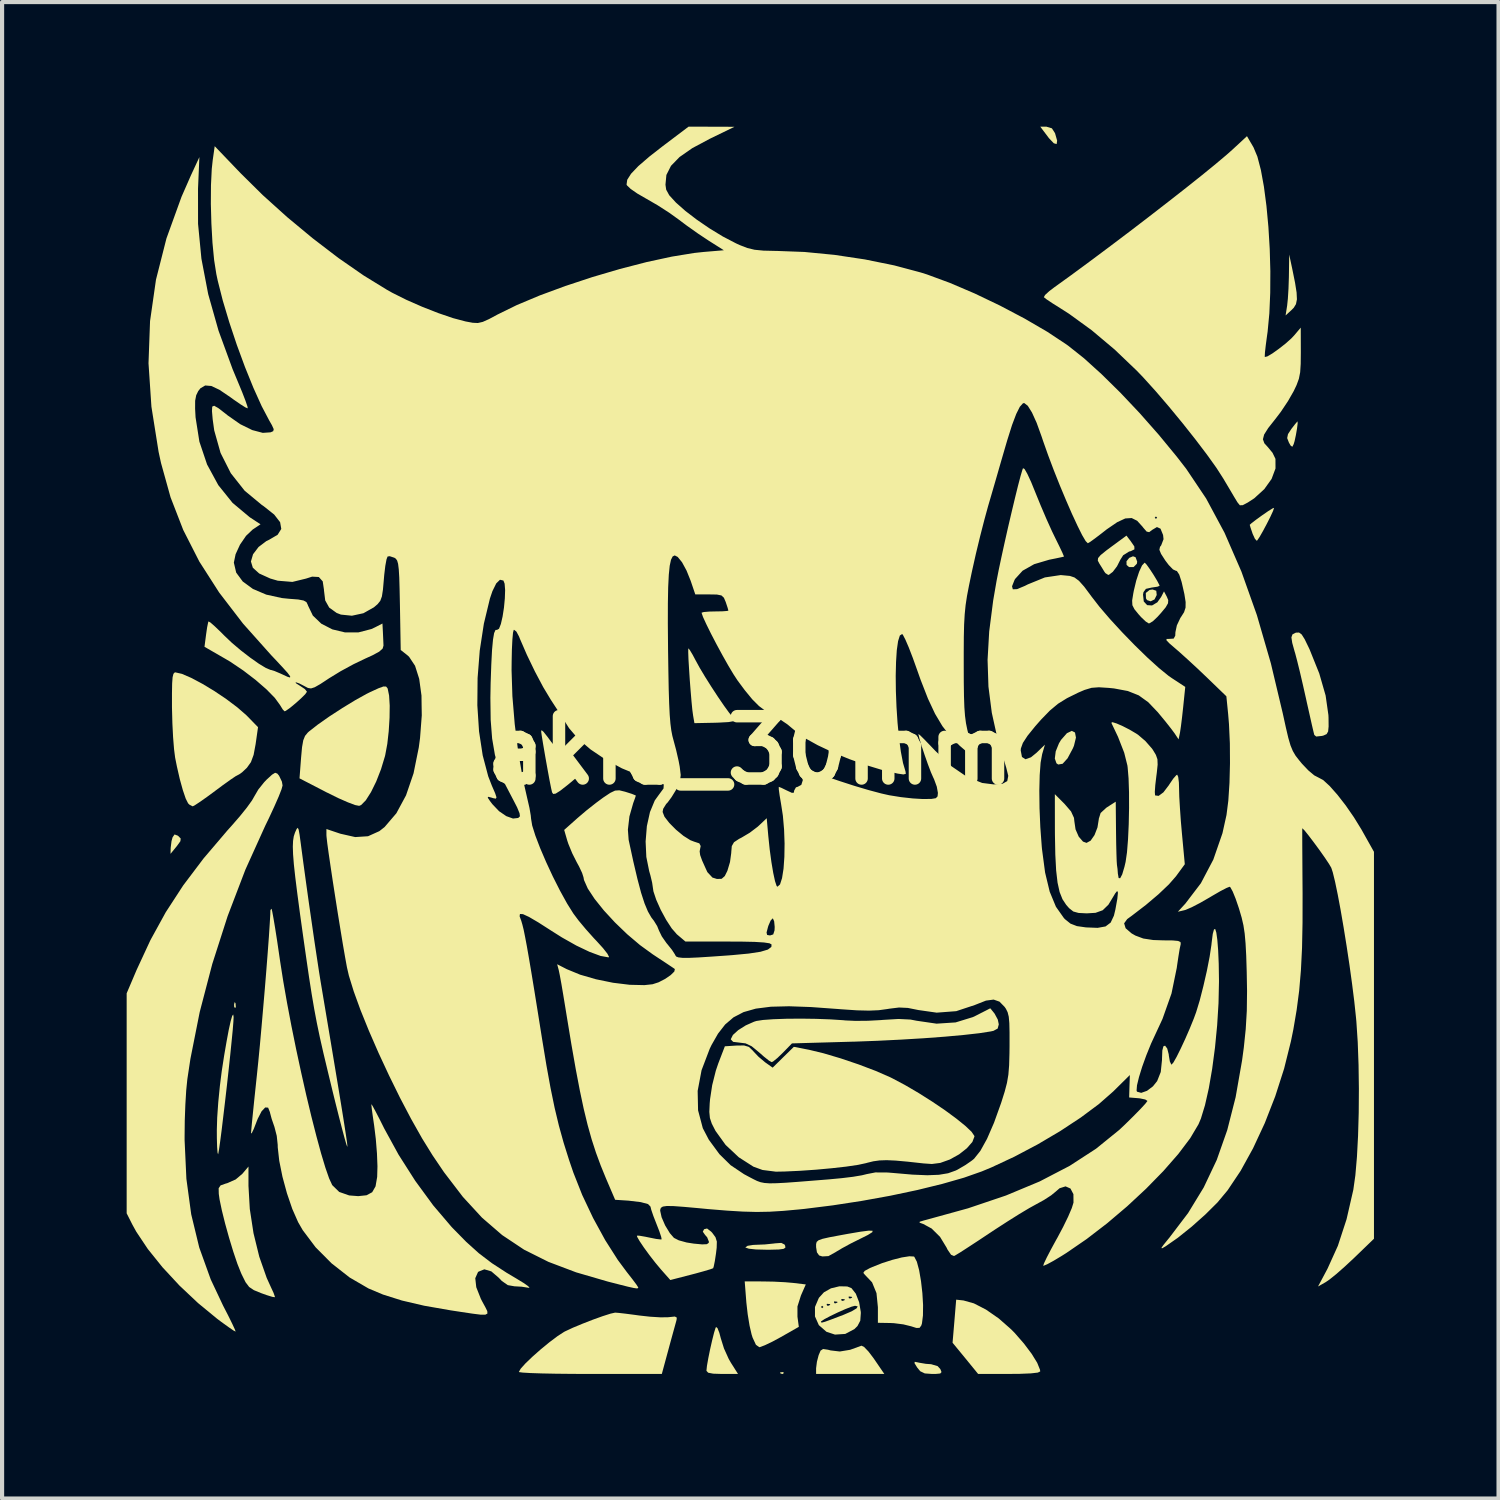
<source format=kicad_pcb>
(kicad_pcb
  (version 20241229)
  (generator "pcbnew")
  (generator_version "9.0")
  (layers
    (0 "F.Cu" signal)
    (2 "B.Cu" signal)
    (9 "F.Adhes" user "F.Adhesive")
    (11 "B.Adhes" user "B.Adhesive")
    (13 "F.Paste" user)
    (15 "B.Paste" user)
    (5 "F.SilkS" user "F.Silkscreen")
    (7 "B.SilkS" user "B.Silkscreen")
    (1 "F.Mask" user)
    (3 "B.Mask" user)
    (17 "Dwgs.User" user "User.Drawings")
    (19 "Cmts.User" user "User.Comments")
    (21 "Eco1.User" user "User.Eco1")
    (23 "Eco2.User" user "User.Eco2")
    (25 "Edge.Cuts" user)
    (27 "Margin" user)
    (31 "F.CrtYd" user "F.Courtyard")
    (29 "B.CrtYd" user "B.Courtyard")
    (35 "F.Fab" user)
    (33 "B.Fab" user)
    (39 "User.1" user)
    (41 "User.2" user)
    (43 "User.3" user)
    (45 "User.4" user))
  (footprint "akia_30mm"
    (layer "F.Cu")
    (at 15.017 15.017)
    (property "Reference" "akia_30mm" (at 0 0 0) (layer "F.SilkS") (effects (font (size 1.5 1.5) (thickness 0.3))))
    (attr board_only exclude_from_pos_files exclude_from_bom)
    (fp_poly (pts (xy -12.396 6.09) (xy -12.389 6.181) (xy -12.401 6.202) (xy -12.427 6.185) (xy -12.431 6.125) (xy -12.417 6.063)) (stroke (width 0) (type solid)) (fill yes) (layer "F.SilkS"))
    (fp_poly (pts (xy 0.802 14.978) (xy 0.794 15.013) (xy 0.763 15.017) (xy 0.714 14.996) (xy 0.723 14.978) (xy 0.793 14.971)) (stroke (width 0) (type solid)) (fill yes) (layer "F.SilkS"))
    (fp_poly (pts (xy 7.262 -14.977) (xy 7.337 -14.86) (xy 7.388 -14.681) (xy 7.376 -14.598) (xy 7.308 -14.617) (xy 7.19 -14.741) (xy 7.172 -14.765) (xy 6.982 -15.017) (xy 7.13 -15.017)) (stroke (width 0) (type solid)) (fill yes) (layer "F.SilkS"))
    (fp_poly (pts (xy 9.276 -4.65) (xy 9.316 -4.543) (xy 9.307 -4.491) (xy 9.228 -4.412) (xy 9.12 -4.412) (xy 9.06 -4.464) (xy 9.058 -4.553) (xy 9.124 -4.634) (xy 9.215 -4.672)) (stroke (width 0) (type solid)) (fill yes) (layer "F.SilkS"))
    (fp_poly (pts (xy 9.775 -3.842) (xy 9.786 -3.74) (xy 9.733 -3.633) (xy 9.64 -3.588) (xy 9.553 -3.617) (xy 9.527 -3.659) (xy 9.523 -3.789) (xy 9.615 -3.862) (xy 9.687 -3.872)) (stroke (width 0) (type solid)) (fill yes) (layer "F.SilkS"))
    (fp_poly (pts (xy -13.788 2.054) (xy -13.772 2.066) (xy -13.716 2.124) (xy -13.723 2.188) (xy -13.802 2.298) (xy -13.817 2.317) (xy -13.961 2.493) (xy -13.957 2.346) (xy -13.937 2.187) (xy -13.912 2.096) (xy -13.864 2.026)) (stroke (width 0) (type solid)) (fill yes) (layer "F.SilkS"))
    (fp_poly (pts (xy 7.818 -0.429) (xy 7.841 -0.306) (xy 7.793 -0.109) (xy 7.767 -0.047) (xy 7.639 0.193) (xy 7.52 0.324) (xy 7.414 0.342) (xy 7.372 0.313) (xy 7.332 0.198) (xy 7.354 0.025) (xy 7.432 -0.168) (xy 7.481 -0.25) (xy 7.623 -0.412) (xy 7.74 -0.468)) (stroke (width 0) (type solid)) (fill yes) (layer "F.SilkS"))
    (fp_poly (pts (xy 13.051 -11.585) (xy 13.117 -11.258) (xy 13.154 -11.023) (xy 13.162 -10.859) (xy 13.139 -10.744) (xy 13.087 -10.658) (xy 13.037 -10.607) (xy 12.889 -10.471) (xy 12.926 -10.706) (xy 12.944 -10.877) (xy 12.959 -11.119) (xy 12.968 -11.385) (xy 12.969 -11.439) (xy 12.976 -11.937)) (stroke (width 0) (type solid)) (fill yes) (layer "F.SilkS"))
    (fp_poly (pts (xy 13.179 -7.869) (xy 13.164 -7.746) (xy 13.137 -7.591) (xy 13.106 -7.447) (xy 13.084 -7.373) (xy 13.051 -7.309) (xy 13.011 -7.337) (xy 12.969 -7.41) (xy 12.927 -7.518) (xy 12.947 -7.614) (xy 13.027 -7.737) (xy 13.117 -7.853) (xy 13.171 -7.916) (xy 13.177 -7.919)) (stroke (width 0) (type solid)) (fill yes) (layer "F.SilkS"))
    (fp_poly (pts (xy 4.047 14.741) (xy 4.055 14.744) (xy 4.227 14.773) (xy 4.353 14.782) (xy 4.51 14.828) (xy 4.576 14.9) (xy 4.604 14.972) (xy 4.573 15.006) (xy 4.457 15.017) (xy 4.379 15.017) (xy 4.201 15.004) (xy 4.091 14.951) (xy 4.018 14.862) (xy 3.953 14.756) (xy 3.96 14.724)) (stroke (width 0) (type solid)) (fill yes) (layer "F.SilkS"))
    (fp_poly (pts (xy 2.74 14.367) (xy 2.844 14.475) (xy 2.968 14.638) (xy 2.985 14.663) (xy 3.227 15.017) (xy 2.406 15.017) (xy 1.584 15.017) (xy 1.584 14.879) (xy 1.604 14.722) (xy 1.645 14.565) (xy 1.692 14.455) (xy 1.752 14.416) (xy 1.869 14.433) (xy 1.933 14.45) (xy 2.155 14.476) (xy 2.404 14.435) (xy 2.677 14.336)) (stroke (width 0) (type solid)) (fill yes) (layer "F.SilkS"))
    (fp_poly (pts (xy 0.824 11.9) (xy 0.84 11.931) (xy 0.844 11.977) (xy 0.799 12.005) (xy 0.684 12.02) (xy 0.48 12.025) (xy 0.379 12.025) (xy 0.137 12.019) (xy -0.034 12.001) (xy -0.114 11.974) (xy -0.117 11.967) (xy -0.065 11.931) (xy 0.066 11.91) (xy 0.132 11.907) (xy 0.352 11.898) (xy 0.566 11.876) (xy 0.593 11.872) (xy 0.746 11.861)) (stroke (width 0) (type solid)) (fill yes) (layer "F.SilkS"))
    (fp_poly (pts (xy -0.791 13.912) (xy -0.746 14.026) (xy -0.711 14.157) (xy -0.634 14.403) (xy -0.52 14.655) (xy -0.468 14.746) (xy -0.296 15.017) (xy -0.676 15.017) (xy -0.894 15.01) (xy -1.014 14.987) (xy -1.055 14.943) (xy -1.056 14.935) (xy -1.044 14.821) (xy -1.012 14.639) (xy -0.968 14.423) (xy -0.919 14.207) (xy -0.873 14.024) (xy -0.837 13.908) (xy -0.825 13.886)) (stroke (width 0) (type solid)) (fill yes) (layer "F.SilkS"))
    (fp_poly (pts (xy 12.587 -5.763) (xy 12.523 -5.624) (xy 12.436 -5.452) (xy 12.343 -5.278) (xy 12.261 -5.135) (xy 12.205 -5.053) (xy 12.195 -5.045) (xy 12.15 -5.094) (xy 12.095 -5.214) (xy 12.09 -5.23) (xy 12.046 -5.359) (xy 12.026 -5.428) (xy 12.025 -5.429) (xy 12.069 -5.469) (xy 12.182 -5.556) (xy 12.319 -5.655) (xy 12.471 -5.76) (xy 12.577 -5.826) (xy 12.612 -5.838)) (stroke (width 0) (type solid)) (fill yes) (layer "F.SilkS"))
    (fp_poly (pts (xy 5.133 13.247) (xy 5.383 13.317) (xy 5.675 13.467) (xy 5.983 13.681) (xy 6.281 13.943) (xy 6.365 14.028) (xy 6.588 14.284) (xy 6.774 14.531) (xy 6.908 14.748) (xy 6.975 14.914) (xy 6.981 14.956) (xy 6.923 14.984) (xy 6.756 15.003) (xy 6.485 15.014) (xy 6.233 15.016) (xy 5.485 15.016) (xy 5.178 14.64) (xy 4.87 14.265) (xy 4.914 13.747) (xy 4.957 13.228)) (stroke (width 0) (type solid)) (fill yes) (layer "F.SilkS"))
    (fp_poly (pts (xy 9.161 -5.034) (xy 9.247 -4.908) (xy 9.249 -4.839) (xy 9.161 -4.796) (xy 9.12 -4.786) (xy 8.978 -4.697) (xy 8.91 -4.589) (xy 8.829 -4.43) (xy 8.728 -4.297) (xy 8.636 -4.227) (xy 8.617 -4.224) (xy 8.55 -4.267) (xy 8.528 -4.297) (xy 8.464 -4.402) (xy 8.403 -4.499) (xy 8.367 -4.568) (xy 8.374 -4.629) (xy 8.437 -4.703) (xy 8.572 -4.812) (xy 8.689 -4.899) (xy 9.057 -5.17)) (stroke (width 0) (type solid)) (fill yes) (layer "F.SilkS"))
    (fp_poly (pts (xy 0.299 12.789) (xy 0.568 12.794) (xy 0.839 12.808) (xy 1.035 12.825) (xy 1.336 12.861) (xy 1.219 13.127) (xy 1.135 13.392) (xy 1.135 13.637) (xy 1.168 13.882) (xy 0.738 14.127) (xy 0.529 14.24) (xy 0.351 14.325) (xy 0.234 14.369) (xy 0.215 14.372) (xy 0.135 14.314) (xy 0.055 14.142) (xy 0.031 14.066) (xy -0.018 13.854) (xy -0.063 13.58) (xy -0.095 13.3) (xy -0.097 13.274) (xy -0.135 12.788)) (stroke (width 0) (type solid)) (fill yes) (layer "F.SilkS"))
    (fp_poly (pts (xy 2.945 11.569) (xy 2.937 11.603) (xy 2.831 11.67) (xy 2.645 11.763) (xy 2.418 11.876) (xy 2.212 11.988) (xy 2.066 12.075) (xy 2.051 12.085) (xy 1.881 12.179) (xy 1.734 12.187) (xy 1.657 12.163) (xy 1.604 12.089) (xy 1.584 11.963) (xy 1.584 11.889) (xy 1.598 11.837) (xy 1.644 11.797) (xy 1.739 11.763) (xy 1.902 11.726) (xy 2.153 11.679) (xy 2.338 11.645) (xy 2.649 11.592) (xy 2.85 11.566)) (stroke (width 0) (type solid)) (fill yes) (layer "F.SilkS"))
    (fp_poly (pts (xy -4.982 -0.448) (xy -4.888 -0.33) (xy -4.795 -0.204) (xy -4.626 0.001) (xy -4.442 0.194) (xy -4.292 0.323) (xy -4.155 0.428) (xy -4.069 0.505) (xy -4.053 0.528) (xy -4.097 0.576) (xy -4.21 0.677) (xy -4.369 0.81) (xy -4.4 0.835) (xy -4.578 0.974) (xy -4.688 1.043) (xy -4.747 1.051) (xy -4.774 1.011) (xy -4.797 0.909) (xy -4.835 0.718) (xy -4.882 0.462) (xy -4.935 0.166) (xy -4.988 -0.143) (xy -5.022 -0.351) (xy -5.036 -0.45) (xy -5.027 -0.486)) (stroke (width 0) (type solid)) (fill yes) (layer "F.SilkS"))
    (fp_poly (pts (xy -1.459 -2.418) (xy -1.39 -2.303) (xy -1.315 -2.162) (xy -1.219 -1.987) (xy -1.088 -1.768) (xy -0.936 -1.527) (xy -0.779 -1.287) (xy -0.632 -1.072) (xy -0.51 -0.904) (xy -0.428 -0.806) (xy -0.412 -0.793) (xy -0.356 -0.741) (xy -0.39 -0.704) (xy -0.523 -0.68) (xy -0.762 -0.667) (xy -0.849 -0.664) (xy -1.346 -0.654) (xy -1.378 -0.84) (xy -1.396 -0.973) (xy -1.416 -1.178) (xy -1.437 -1.428) (xy -1.458 -1.698) (xy -1.475 -1.961) (xy -1.489 -2.191) (xy -1.495 -2.363) (xy -1.494 -2.45) (xy -1.492 -2.455)) (stroke (width 0) (type solid)) (fill yes) (layer "F.SilkS"))
    (fp_poly (pts (xy -12.442 6.423) (xy -12.447 6.534) (xy -12.463 6.735) (xy -12.49 7.008) (xy -12.523 7.335) (xy -12.562 7.698) (xy -12.604 8.079) (xy -12.648 8.459) (xy -12.691 8.82) (xy -12.73 9.145) (xy -12.765 9.414) (xy -12.793 9.61) (xy -12.812 9.715) (xy -12.816 9.727) (xy -12.829 9.685) (xy -12.839 9.549) (xy -12.845 9.341) (xy -12.846 9.146) (xy -12.837 8.842) (xy -12.811 8.47) (xy -12.772 8.078) (xy -12.728 7.728) (xy -12.669 7.346) (xy -12.611 7.01) (xy -12.559 6.731) (xy -12.513 6.523) (xy -12.476 6.395) (xy -12.451 6.361)) (stroke (width 0) (type solid)) (fill yes) (layer "F.SilkS"))
    (fp_poly (pts (xy 3.937 12.189) (xy 3.949 12.196) (xy 4.01 12.314) (xy 4.065 12.519) (xy 4.11 12.781) (xy 4.143 13.07) (xy 4.16 13.356) (xy 4.157 13.609) (xy 4.133 13.799) (xy 4.117 13.85) (xy 4.075 13.907) (xy 3.998 13.909) (xy 3.872 13.869) (xy 3.685 13.823) (xy 3.457 13.794) (xy 3.369 13.79) (xy 3.072 13.785) (xy 3.072 13.41) (xy 3.038 13.07) (xy 2.932 12.811) (xy 2.761 12.631) (xy 2.721 12.583) (xy 2.754 12.535) (xy 2.876 12.469) (xy 2.937 12.442) (xy 3.174 12.348) (xy 3.421 12.269) (xy 3.649 12.211) (xy 3.83 12.183)) (stroke (width 0) (type solid)) (fill yes) (layer "F.SilkS"))
    (fp_poly (pts (xy -12.084 10.488) (xy -12.052 11.045) (xy -11.963 11.626) (xy -11.824 12.193) (xy -11.645 12.704) (xy -11.544 12.926) (xy -11.479 13.067) (xy -11.448 13.156) (xy -11.449 13.169) (xy -11.51 13.16) (xy -11.646 13.118) (xy -11.783 13.069) (xy -11.955 12.998) (xy -12.068 12.922) (xy -12.154 12.808) (xy -12.245 12.625) (xy -12.264 12.583) (xy -12.351 12.364) (xy -12.45 12.071) (xy -12.551 11.738) (xy -12.646 11.396) (xy -12.725 11.078) (xy -12.78 10.815) (xy -12.799 10.679) (xy -12.802 10.545) (xy -12.755 10.476) (xy -12.63 10.432) (xy -12.598 10.424) (xy -12.392 10.333) (xy -12.231 10.197) (xy -12.084 10.022)) (stroke (width 0) (type solid)) (fill yes) (layer "F.SilkS"))
    (fp_poly (pts (xy 13.276 -2.79) (xy 13.348 -2.676) (xy 13.445 -2.476) (xy 13.466 -2.432) (xy 13.7 -1.85) (xy 13.853 -1.319) (xy 13.92 -0.849) (xy 13.923 -0.783) (xy 13.925 -0.574) (xy 13.913 -0.453) (xy 13.876 -0.39) (xy 13.804 -0.357) (xy 13.767 -0.347) (xy 13.626 -0.332) (xy 13.58 -0.371) (xy 13.56 -0.451) (xy 13.52 -0.622) (xy 13.466 -0.863) (xy 13.401 -1.151) (xy 13.377 -1.261) (xy 13.304 -1.585) (xy 13.232 -1.894) (xy 13.167 -2.157) (xy 13.118 -2.343) (xy 13.109 -2.37) (xy 13.049 -2.587) (xy 13.029 -2.719) (xy 13.054 -2.791) (xy 13.123 -2.828) (xy 13.145 -2.834) (xy 13.213 -2.836)) (stroke (width 0) (type solid)) (fill yes) (layer "F.SilkS"))
    (fp_poly (pts (xy -8.77 -1.535) (xy -8.736 -1.494) (xy -8.731 -1.481) (xy -8.698 -1.32) (xy -8.683 -1.075) (xy -8.687 -0.779) (xy -8.707 -0.461) (xy -8.741 -0.155) (xy -8.79 0.109) (xy -8.797 0.14) (xy -8.892 0.454) (xy -9.008 0.751) (xy -9.134 1.007) (xy -9.259 1.204) (xy -9.372 1.318) (xy -9.419 1.337) (xy -9.516 1.318) (xy -9.691 1.252) (xy -9.921 1.151) (xy -10.18 1.023) (xy -10.198 1.015) (xy -10.855 0.675) (xy -10.817 0.176) (xy -10.794 -0.075) (xy -10.765 -0.24) (xy -10.722 -0.347) (xy -10.655 -0.428) (xy -10.625 -0.455) (xy -10.414 -0.62) (xy -10.135 -0.816) (xy -9.822 -1.019) (xy -9.512 -1.208) (xy -9.24 -1.359) (xy -9.152 -1.403) (xy -8.953 -1.494) (xy -8.834 -1.537)) (stroke (width 0) (type solid)) (fill yes) (layer "F.SilkS"))
    (fp_poly (pts (xy -3.174 13.546) (xy -3.007 13.565) (xy -2.784 13.594) (xy -2.676 13.609) (xy -2.415 13.638) (xy -2.172 13.653) (xy -1.991 13.652) (xy -1.952 13.648) (xy -1.817 13.634) (xy -1.77 13.66) (xy -1.776 13.715) (xy -1.802 13.811) (xy -1.852 13.992) (xy -1.917 14.228) (xy -1.968 14.416) (xy -2.131 15.017) (xy -3.852 15.017) (xy -4.288 15.015) (xy -4.683 15.011) (xy -5.023 15.004) (xy -5.293 14.995) (xy -5.48 14.984) (xy -5.568 14.972) (xy -5.573 14.968) (xy -5.529 14.89) (xy -5.413 14.761) (xy -5.245 14.6) (xy -5.047 14.425) (xy -4.84 14.255) (xy -4.645 14.108) (xy -4.485 14.004) (xy -4.458 13.99) (xy -4.272 13.903) (xy -4.038 13.806) (xy -3.789 13.709) (xy -3.555 13.625) (xy -3.367 13.565) (xy -3.256 13.54)) (stroke (width 0) (type solid)) (fill yes) (layer "F.SilkS"))
    (fp_poly (pts (xy 9.542 -4.472) (xy 9.621 -4.361) (xy 9.714 -4.219) (xy 9.797 -4.081) (xy 9.848 -3.983) (xy 9.855 -3.961) (xy 9.804 -3.94) (xy 9.679 -3.921) (xy 9.664 -3.919) (xy 9.526 -3.888) (xy 9.467 -3.809) (xy 9.456 -3.749) (xy 9.474 -3.584) (xy 9.555 -3.496) (xy 9.673 -3.488) (xy 9.801 -3.564) (xy 9.893 -3.694) (xy 9.961 -3.827) (xy 10.029 -3.699) (xy 10.063 -3.617) (xy 10.058 -3.541) (xy 10.002 -3.443) (xy 9.882 -3.299) (xy 9.803 -3.212) (xy 9.692 -3.107) (xy 9.605 -3.056) (xy 9.595 -3.055) (xy 9.523 -3.1) (xy 9.41 -3.207) (xy 9.349 -3.275) (xy 9.249 -3.398) (xy 9.2 -3.494) (xy 9.194 -3.606) (xy 9.222 -3.779) (xy 9.234 -3.842) (xy 9.293 -4.088) (xy 9.362 -4.299) (xy 9.432 -4.451) (xy 9.492 -4.516) (xy 9.498 -4.517)) (stroke (width 0) (type solid)) (fill yes) (layer "F.SilkS"))
    (fp_poly (pts (xy -13.687 -1.841) (xy -13.462 -1.744) (xy -13.193 -1.601) (xy -12.903 -1.426) (xy -12.615 -1.232) (xy -12.352 -1.034) (xy -12.136 -0.846) (xy -12.101 -0.811) (xy -11.854 -0.557) (xy -11.912 -0.148) (xy -11.96 0.109) (xy -12.025 0.285) (xy -12.12 0.418) (xy -12.126 0.424) (xy -12.237 0.529) (xy -12.315 0.584) (xy -12.325 0.587) (xy -12.387 0.62) (xy -12.521 0.71) (xy -12.705 0.842) (xy -12.874 0.968) (xy -13.084 1.123) (xy -13.262 1.248) (xy -13.384 1.328) (xy -13.428 1.349) (xy -13.505 1.309) (xy -13.538 1.276) (xy -13.595 1.163) (xy -13.664 0.96) (xy -13.738 0.692) (xy -13.808 0.386) (xy -13.85 0.176) (xy -13.876 -0.028) (xy -13.899 -0.314) (xy -13.916 -0.646) (xy -13.925 -0.988) (xy -13.926 -1.041) (xy -13.926 -1.375) (xy -13.922 -1.609) (xy -13.911 -1.759) (xy -13.891 -1.841) (xy -13.861 -1.874) (xy -13.844 -1.877)) (stroke (width 0) (type solid)) (fill yes) (layer "F.SilkS"))
    (fp_poly (pts (xy -10.876 1.908) (xy -10.853 2.035) (xy -10.822 2.263) (xy -10.815 2.317) (xy -10.763 2.708) (xy -10.702 3.153) (xy -10.636 3.627) (xy -10.567 4.105) (xy -10.501 4.563) (xy -10.439 4.975) (xy -10.387 5.318) (xy -10.351 5.543) (xy -10.217 6.342) (xy -10.101 7.033) (xy -10.003 7.622) (xy -9.921 8.116) (xy -9.854 8.524) (xy -9.801 8.852) (xy -9.761 9.107) (xy -9.732 9.297) (xy -9.713 9.428) (xy -9.704 9.508) (xy -9.703 9.544) (xy -9.704 9.548) (xy -9.723 9.5) (xy -9.766 9.353) (xy -9.828 9.122) (xy -9.905 8.824) (xy -9.993 8.474) (xy -10.053 8.231) (xy -10.177 7.718) (xy -10.28 7.287) (xy -10.365 6.912) (xy -10.437 6.567) (xy -10.501 6.228) (xy -10.562 5.869) (xy -10.625 5.466) (xy -10.694 4.993) (xy -10.762 4.517) (xy -10.844 3.93) (xy -10.908 3.447) (xy -10.957 3.056) (xy -10.991 2.746) (xy -11.01 2.504) (xy -11.016 2.319) (xy -11.01 2.179) (xy -10.993 2.071) (xy -10.965 1.985) (xy -10.964 1.982) (xy -10.925 1.895) (xy -10.898 1.866)) (stroke (width 0) (type solid)) (fill yes) (layer "F.SilkS"))
    (fp_poly (pts (xy 5.881 6.339) (xy 5.959 6.483) (xy 5.983 6.599) (xy 5.956 6.7) (xy 5.854 6.755) (xy 5.789 6.769) (xy 5.512 6.812) (xy 5.138 6.854) (xy 4.687 6.895) (xy 4.178 6.933) (xy 3.632 6.966) (xy 3.069 6.994) (xy 2.509 7.015) (xy 2.452 7.016) (xy 1.003 7.057) (xy 0.783 7.283) (xy 0.652 7.409) (xy 0.551 7.491) (xy 0.515 7.509) (xy 0.449 7.472) (xy 0.328 7.376) (xy 0.212 7.274) (xy 0.035 7.128) (xy -0.113 7.057) (xy -0.256 7.039) (xy -0.413 7.02) (xy -0.469 6.962) (xy -0.469 6.954) (xy -0.419 6.854) (xy -0.289 6.736) (xy -0.109 6.623) (xy 0.09 6.535) (xy 0.147 6.517) (xy 0.305 6.493) (xy 0.554 6.475) (xy 0.867 6.464) (xy 1.219 6.461) (xy 1.582 6.466) (xy 1.932 6.479) (xy 2.24 6.499) (xy 2.288 6.504) (xy 2.532 6.515) (xy 2.836 6.512) (xy 3.139 6.496) (xy 3.197 6.491) (xy 3.568 6.469) (xy 3.855 6.483) (xy 4.007 6.512) (xy 4.485 6.582) (xy 4.943 6.552) (xy 5.359 6.424) (xy 5.426 6.392) (xy 5.778 6.212)) (stroke (width 0) (type solid)) (fill yes) (layer "F.SilkS"))
    (fp_poly (pts (xy -11.39 0.56) (xy -11.347 0.612) (xy -11.279 0.754) (xy -11.263 0.847) (xy -11.288 0.939) (xy -11.357 1.115) (xy -11.462 1.354) (xy -11.592 1.635) (xy -11.681 1.818) (xy -12.158 2.873) (xy -12.586 3.993) (xy -12.956 5.146) (xy -13.258 6.302) (xy -13.482 7.429) (xy -13.556 7.919) (xy -13.583 8.187) (xy -13.604 8.533) (xy -13.618 8.915) (xy -13.622 9.295) (xy -13.622 9.386) (xy -13.579 10.317) (xy -13.463 11.172) (xy -13.269 11.973) (xy -12.993 12.74) (xy -12.696 13.37) (xy -12.573 13.609) (xy -12.475 13.808) (xy -12.412 13.944) (xy -12.393 13.997) (xy -12.444 13.971) (xy -12.565 13.888) (xy -12.737 13.764) (xy -12.837 13.689) (xy -13.299 13.309) (xy -13.745 12.889) (xy -14.154 12.448) (xy -14.507 12.009) (xy -14.784 11.594) (xy -14.877 11.426) (xy -15.017 11.149) (xy -15.017 8.5) (xy -15.017 5.851) (xy -14.777 5.287) (xy -14.444 4.569) (xy -14.076 3.899) (xy -13.655 3.252) (xy -13.165 2.603) (xy -12.591 1.929) (xy -12.485 1.811) (xy -12.292 1.589) (xy -12.123 1.379) (xy -11.998 1.205) (xy -11.942 1.107) (xy -11.847 0.944) (xy -11.706 0.768) (xy -11.645 0.704) (xy -11.516 0.586) (xy -11.442 0.541)) (stroke (width 0) (type solid)) (fill yes) (layer "F.SilkS"))
    (fp_poly (pts (xy -0.036 7.141) (xy 0.054 7.225) (xy 0.065 7.239) (xy 0.197 7.378) (xy 0.355 7.511) (xy 0.359 7.514) (xy 0.538 7.641) (xy 0.793 7.39) (xy 1.048 7.14) (xy 1.419 7.212) (xy 1.766 7.296) (xy 2.177 7.418) (xy 2.609 7.564) (xy 3.02 7.72) (xy 3.368 7.872) (xy 3.428 7.902) (xy 3.739 8.068) (xy 4.063 8.258) (xy 4.385 8.462) (xy 4.689 8.668) (xy 4.957 8.865) (xy 5.175 9.041) (xy 5.326 9.184) (xy 5.394 9.284) (xy 5.397 9.299) (xy 5.347 9.43) (xy 5.215 9.581) (xy 5.027 9.729) (xy 4.809 9.85) (xy 4.801 9.854) (xy 4.574 9.935) (xy 4.372 9.961) (xy 4.169 9.947) (xy 3.788 9.905) (xy 3.501 9.879) (xy 3.283 9.869) (xy 3.111 9.875) (xy 2.962 9.896) (xy 2.811 9.933) (xy 2.788 9.94) (xy 2.594 9.982) (xy 2.309 10.024) (xy 1.963 10.063) (xy 1.582 10.098) (xy 1.194 10.125) (xy 0.826 10.142) (xy 0.616 10.146) (xy 0.294 10.105) (xy 0.076 10.026) (xy -0.277 9.8) (xy -0.594 9.503) (xy -0.834 9.17) (xy -0.844 9.153) (xy -0.928 8.989) (xy -0.973 8.854) (xy -0.987 8.707) (xy -0.978 8.503) (xy -0.969 8.399) (xy -0.918 8.063) (xy -0.83 7.712) (xy -0.771 7.538) (xy -0.613 7.127) (xy -0.332 7.109) (xy -0.15 7.107)) (stroke (width 0) (type solid)) (fill yes) (layer "F.SilkS"))
    (fp_poly (pts (xy 2.334 12.91) (xy 2.435 12.95) (xy 2.54 13.083) (xy 2.62 13.289) (xy 2.66 13.523) (xy 2.661 13.552) (xy 2.648 13.734) (xy 2.581 13.862) (xy 2.504 13.938) (xy 2.286 14.053) (xy 2.039 14.069) (xy 1.833 14.001) (xy 1.65 13.841) (xy 1.613 13.758) (xy 1.701 13.758) (xy 1.705 13.776) (xy 1.732 13.778) (xy 1.8 13.759) (xy 1.931 13.712) (xy 2.144 13.631) (xy 2.244 13.593) (xy 2.441 13.508) (xy 2.558 13.438) (xy 2.586 13.39) (xy 2.521 13.375) (xy 2.435 13.398) (xy 2.286 13.456) (xy 2.106 13.536) (xy 1.929 13.621) (xy 1.785 13.697) (xy 1.707 13.749) (xy 1.701 13.758) (xy 1.613 13.758) (xy 1.557 13.632) (xy 1.557 13.404) (xy 1.701 13.404) (xy 1.73 13.433) (xy 1.76 13.404) (xy 1.73 13.375) (xy 1.701 13.404) (xy 1.557 13.404) (xy 1.557 13.404) (xy 1.586 13.335) (xy 1.838 13.335) (xy 1.846 13.37) (xy 1.877 13.375) (xy 1.925 13.353) (xy 1.916 13.335) (xy 1.847 13.328) (xy 1.838 13.335) (xy 1.586 13.335) (xy 1.611 13.277) (xy 2.014 13.277) (xy 2.022 13.312) (xy 2.053 13.316) (xy 2.101 13.294) (xy 2.092 13.277) (xy 2.023 13.27) (xy 2.014 13.277) (xy 1.611 13.277) (xy 1.636 13.218) (xy 2.19 13.218) (xy 2.198 13.253) (xy 2.229 13.257) (xy 2.277 13.236) (xy 2.268 13.218) (xy 2.199 13.211) (xy 2.19 13.218) (xy 1.636 13.218) (xy 1.652 13.183) (xy 1.673 13.16) (xy 2.366 13.16) (xy 2.374 13.194) (xy 2.405 13.199) (xy 2.453 13.177) (xy 2.444 13.16) (xy 2.375 13.152) (xy 2.366 13.16) (xy 1.673 13.16) (xy 1.772 13.051) (xy 1.942 12.955) (xy 2.146 12.906)) (stroke (width 0) (type solid)) (fill yes) (layer "F.SilkS"))
    (fp_poly (pts (xy 12.116 -14.52) (xy 12.21 -14.296) (xy 12.294 -13.974) (xy 12.367 -13.573) (xy 12.428 -13.109) (xy 12.475 -12.603) (xy 12.507 -12.073) (xy 12.522 -11.537) (xy 12.519 -11.014) (xy 12.498 -10.522) (xy 12.456 -10.079) (xy 12.442 -9.981) (xy 12.412 -9.756) (xy 12.392 -9.58) (xy 12.387 -9.482) (xy 12.39 -9.471) (xy 12.45 -9.485) (xy 12.572 -9.557) (xy 12.726 -9.667) (xy 12.887 -9.793) (xy 13.027 -9.918) (xy 13.094 -9.989) (xy 13.254 -10.178) (xy 13.256 -9.586) (xy 13.253 -9.304) (xy 13.24 -9.103) (xy 13.209 -8.946) (xy 13.154 -8.796) (xy 13.083 -8.647) (xy 12.947 -8.409) (xy 12.774 -8.15) (xy 12.643 -7.978) (xy 12.47 -7.759) (xy 12.372 -7.603) (xy 12.343 -7.489) (xy 12.378 -7.393) (xy 12.458 -7.305) (xy 12.574 -7.165) (xy 12.644 -7.02) (xy 12.645 -7.018) (xy 12.646 -6.786) (xy 12.552 -6.535) (xy 12.376 -6.289) (xy 12.134 -6.068) (xy 11.979 -5.967) (xy 11.855 -5.902) (xy 11.787 -5.901) (xy 11.731 -5.97) (xy 11.715 -5.996) (xy 11.646 -6.11) (xy 11.54 -6.29) (xy 11.415 -6.5) (xy 11.391 -6.541) (xy 11.224 -6.801) (xy 10.993 -7.124) (xy 10.714 -7.491) (xy 10.405 -7.881) (xy 10.083 -8.272) (xy 9.764 -8.644) (xy 9.465 -8.975) (xy 9.306 -9.141) (xy 8.772 -9.651) (xy 8.219 -10.116) (xy 7.675 -10.511) (xy 7.462 -10.647) (xy 7.279 -10.762) (xy 7.139 -10.855) (xy 7.07 -10.909) (xy 7.068 -10.912) (xy 7.098 -10.965) (xy 7.201 -11.059) (xy 7.32 -11.149) (xy 7.725 -11.441) (xy 8.169 -11.768) (xy 8.638 -12.118) (xy 9.119 -12.481) (xy 9.596 -12.846) (xy 10.058 -13.204) (xy 10.49 -13.542) (xy 10.878 -13.851) (xy 11.209 -14.121) (xy 11.469 -14.34) (xy 11.61 -14.465) (xy 11.959 -14.788)) (stroke (width 0) (type solid)) (fill yes) (layer "F.SilkS"))
    (fp_poly (pts (xy -11.527 3.822) (xy -11.511 3.886) (xy -11.481 4.049) (xy -11.44 4.293) (xy -11.392 4.601) (xy -11.34 4.956) (xy -11.322 5.079) (xy -11.247 5.557) (xy -11.156 6.077) (xy -11.052 6.626) (xy -10.938 7.188) (xy -10.817 7.75) (xy -10.694 8.296) (xy -10.57 8.814) (xy -10.449 9.288) (xy -10.336 9.704) (xy -10.232 10.049) (xy -10.142 10.308) (xy -10.069 10.466) (xy -10.064 10.473) (xy -9.899 10.634) (xy -9.659 10.718) (xy -9.441 10.735) (xy -9.241 10.714) (xy -9.105 10.641) (xy -9.024 10.499) (xy -8.985 10.272) (xy -8.978 10.016) (xy -8.99 9.707) (xy -9.018 9.358) (xy -9.057 9.041) (xy -9.058 9.034) (xy -9.091 8.807) (xy -9.115 8.631) (xy -9.125 8.533) (xy -9.124 8.521) (xy -9.095 8.564) (xy -9.025 8.693) (xy -8.925 8.886) (xy -8.814 9.108) (xy -8.469 9.738) (xy -8.068 10.367) (xy -7.636 10.957) (xy -7.199 11.47) (xy -7.175 11.496) (xy -6.842 11.835) (xy -6.538 12.109) (xy -6.223 12.349) (xy -5.86 12.585) (xy -5.642 12.714) (xy -5.462 12.824) (xy -5.349 12.903) (xy -5.316 12.942) (xy -5.338 12.942) (xy -5.505 12.916) (xy -5.68 12.906) (xy -5.84 12.878) (xy -5.984 12.777) (xy -6.058 12.7) (xy -6.236 12.547) (xy -6.404 12.497) (xy -6.546 12.554) (xy -6.558 12.565) (xy -6.623 12.711) (xy -6.599 12.928) (xy -6.487 13.211) (xy -6.452 13.278) (xy -6.38 13.41) (xy -6.334 13.503) (xy -6.33 13.562) (xy -6.379 13.589) (xy -6.495 13.589) (xy -6.693 13.564) (xy -6.986 13.52) (xy -7.215 13.485) (xy -7.851 13.374) (xy -8.387 13.249) (xy -8.844 13.105) (xy -9.194 12.958) (xy -9.648 12.694) (xy -10.081 12.355) (xy -10.467 11.967) (xy -10.777 11.555) (xy -10.889 11.361) (xy -11.029 11.043) (xy -11.158 10.665) (xy -11.266 10.266) (xy -11.343 9.884) (xy -11.379 9.56) (xy -11.38 9.501) (xy -11.403 9.284) (xy -11.459 9.066) (xy -11.465 9.05) (xy -11.525 8.876) (xy -11.564 8.731) (xy -11.568 8.711) (xy -11.611 8.604) (xy -11.681 8.6) (xy -11.768 8.692) (xy -11.861 8.872) (xy -11.89 8.946) (xy -11.955 9.114) (xy -12.003 9.214) (xy -12.022 9.227) (xy -12.017 9.15) (xy -12.001 8.974) (xy -11.975 8.717) (xy -11.942 8.395) (xy -11.903 8.027) (xy -11.881 7.819) (xy -11.847 7.49) (xy -11.809 7.099) (xy -11.77 6.665) (xy -11.73 6.206) (xy -11.69 5.741) (xy -11.653 5.287) (xy -11.62 4.863) (xy -11.592 4.487) (xy -11.572 4.178) (xy -11.559 3.954) (xy -11.556 3.853) (xy -11.536 3.816)) (stroke (width 0) (type solid)) (fill yes) (layer "F.SilkS"))
    (fp_poly (pts (xy -13.299 -13.521) (xy -13.298 -12.676) (xy -13.217 -11.837) (xy -13.054 -10.985) (xy -12.805 -10.105) (xy -12.466 -9.178) (xy -12.336 -8.866) (xy -12.235 -8.622) (xy -12.157 -8.42) (xy -12.11 -8.283) (xy -12.101 -8.234) (xy -12.156 -8.256) (xy -12.28 -8.334) (xy -12.452 -8.453) (xy -12.523 -8.505) (xy -12.783 -8.681) (xy -12.979 -8.773) (xy -13.126 -8.785) (xy -13.24 -8.718) (xy -13.294 -8.65) (xy -13.343 -8.549) (xy -13.368 -8.418) (xy -13.369 -8.226) (xy -13.358 -8.018) (xy -13.266 -7.433) (xy -13.081 -6.883) (xy -12.811 -6.386) (xy -12.467 -5.958) (xy -12.057 -5.615) (xy -12.042 -5.605) (xy -11.794 -5.442) (xy -11.983 -5.316) (xy -12.142 -5.165) (xy -12.288 -4.952) (xy -12.394 -4.722) (xy -12.436 -4.52) (xy -12.436 -4.519) (xy -12.38 -4.279) (xy -12.222 -4.065) (xy -11.976 -3.885) (xy -11.656 -3.749) (xy -11.278 -3.666) (xy -11.109 -3.649) (xy -10.887 -3.632) (xy -10.756 -3.607) (xy -10.687 -3.567) (xy -10.655 -3.501) (xy -10.651 -3.487) (xy -10.534 -3.244) (xy -10.33 -3.049) (xy -10.064 -2.912) (xy -9.759 -2.839) (xy -9.438 -2.839) (xy -9.126 -2.92) (xy -9.037 -2.961) (xy -8.858 -3.053) (xy -8.847 -2.847) (xy -8.839 -2.669) (xy -8.833 -2.525) (xy -8.833 -2.521) (xy -8.854 -2.449) (xy -8.937 -2.375) (xy -9.1 -2.287) (xy -9.276 -2.207) (xy -9.555 -2.073) (xy -9.864 -1.905) (xy -10.137 -1.738) (xy -10.148 -1.731) (xy -10.353 -1.596) (xy -10.488 -1.519) (xy -10.578 -1.49) (xy -10.651 -1.501) (xy -10.733 -1.544) (xy -10.736 -1.546) (xy -10.864 -1.612) (xy -10.947 -1.64) (xy -10.949 -1.64) (xy -10.94 -1.615) (xy -10.851 -1.558) (xy -10.838 -1.55) (xy -10.725 -1.474) (xy -10.676 -1.411) (xy -10.676 -1.41) (xy -10.717 -1.351) (xy -10.82 -1.249) (xy -10.953 -1.13) (xy -11.085 -1.021) (xy -11.185 -0.951) (xy -11.215 -0.939) (xy -11.259 -0.984) (xy -11.326 -1.093) (xy -11.45 -1.263) (xy -11.654 -1.471) (xy -11.915 -1.697) (xy -12.209 -1.922) (xy -12.513 -2.127) (xy -12.637 -2.201) (xy -13.143 -2.493) (xy -13.105 -2.786) (xy -13.08 -2.959) (xy -13.056 -3.076) (xy -13.046 -3.104) (xy -12.998 -3.076) (xy -12.889 -2.98) (xy -12.739 -2.836) (xy -12.667 -2.763) (xy -12.484 -2.589) (xy -12.269 -2.407) (xy -12.045 -2.234) (xy -11.835 -2.086) (xy -11.664 -1.982) (xy -11.553 -1.936) (xy -11.544 -1.936) (xy -11.463 -1.912) (xy -11.321 -1.852) (xy -11.255 -1.822) (xy -11.143 -1.77) (xy -11.083 -1.753) (xy -11.08 -1.782) (xy -11.141 -1.864) (xy -11.272 -2.009) (xy -11.476 -2.227) (xy -11.534 -2.288) (xy -12.215 -3.051) (xy -12.79 -3.8) (xy -13.268 -4.546) (xy -13.655 -5.306) (xy -13.96 -6.092) (xy -14.19 -6.919) (xy -14.248 -7.186) (xy -14.421 -8.275) (xy -14.491 -9.32) (xy -14.454 -10.335) (xy -14.311 -11.333) (xy -14.059 -12.326) (xy -13.696 -13.329) (xy -13.469 -13.846) (xy -13.266 -14.284)) (stroke (width 0) (type solid)) (fill yes) (layer "F.SilkS"))
    (fp_poly (pts (xy -0.934 -15.016) (xy -0.381 -15.014) (xy -0.98 -14.723) (xy -1.397 -14.5) (xy -1.704 -14.286) (xy -1.91 -14.074) (xy -2.021 -13.854) (xy -2.043 -13.619) (xy -2.026 -13.5) (xy -1.952 -13.365) (xy -1.792 -13.19) (xy -1.565 -12.989) (xy -1.288 -12.777) (xy -0.981 -12.567) (xy -0.661 -12.372) (xy -0.346 -12.208) (xy -0.255 -12.166) (xy -0.075 -12.096) (xy 0.102 -12.053) (xy 0.317 -12.032) (xy 0.606 -12.025) (xy 0.633 -12.025) (xy 1.304 -12) (xy 2.026 -11.93) (xy 2.76 -11.82) (xy 3.467 -11.676) (xy 4.107 -11.505) (xy 4.253 -11.459) (xy 4.806 -11.255) (xy 5.403 -11) (xy 6.013 -10.708) (xy 6.605 -10.396) (xy 7.149 -10.079) (xy 7.613 -9.772) (xy 7.656 -9.741) (xy 8.035 -9.44) (xy 8.458 -9.057) (xy 8.911 -8.611) (xy 9.374 -8.121) (xy 9.832 -7.602) (xy 10.266 -7.075) (xy 10.497 -6.777) (xy 10.976 -6.063) (xy 11.419 -5.238) (xy 11.826 -4.302) (xy 12.198 -3.255) (xy 12.534 -2.096) (xy 12.82 -0.894) (xy 12.895 -0.552) (xy 12.954 -0.301) (xy 13.007 -0.119) (xy 13.063 0.016) (xy 13.129 0.129) (xy 13.216 0.241) (xy 13.283 0.322) (xy 13.436 0.483) (xy 13.579 0.603) (xy 13.681 0.656) (xy 13.681 0.656) (xy 13.794 0.716) (xy 13.951 0.86) (xy 14.137 1.07) (xy 14.336 1.326) (xy 14.534 1.612) (xy 14.717 1.909) (xy 14.738 1.947) (xy 15.017 2.444) (xy 15.017 7.103) (xy 15.017 11.761) (xy 14.53 12.231) (xy 14.316 12.43) (xy 14.113 12.609) (xy 13.946 12.743) (xy 13.856 12.805) (xy 13.67 12.911) (xy 13.898 12.483) (xy 14.148 11.931) (xy 14.357 11.292) (xy 14.518 10.59) (xy 14.52 10.581) (xy 14.569 10.233) (xy 14.607 9.792) (xy 14.634 9.282) (xy 14.65 8.727) (xy 14.654 8.15) (xy 14.646 7.575) (xy 14.626 7.025) (xy 14.593 6.526) (xy 14.583 6.423) (xy 14.543 6.046) (xy 14.49 5.624) (xy 14.428 5.175) (xy 14.359 4.717) (xy 14.287 4.269) (xy 14.215 3.85) (xy 14.145 3.476) (xy 14.081 3.167) (xy 14.026 2.941) (xy 13.989 2.828) (xy 13.933 2.733) (xy 13.833 2.583) (xy 13.706 2.403) (xy 13.569 2.217) (xy 13.443 2.051) (xy 13.345 1.929) (xy 13.293 1.878) (xy 13.291 1.877) (xy 13.29 1.933) (xy 13.29 2.091) (xy 13.291 2.337) (xy 13.293 2.654) (xy 13.295 3.027) (xy 13.298 3.442) (xy 13.298 3.446) (xy 13.297 4.149) (xy 13.285 4.758) (xy 13.258 5.297) (xy 13.216 5.788) (xy 13.155 6.254) (xy 13.076 6.72) (xy 13.018 7.004) (xy 12.853 7.666) (xy 12.64 8.33) (xy 12.388 8.976) (xy 12.106 9.582) (xy 11.805 10.128) (xy 11.493 10.594) (xy 11.249 10.887) (xy 10.957 11.177) (xy 10.627 11.471) (xy 10.295 11.737) (xy 10.002 11.942) (xy 9.919 11.99) (xy 9.897 11.985) (xy 9.942 11.918) (xy 10.057 11.776) (xy 10.094 11.731) (xy 10.542 11.141) (xy 10.918 10.525) (xy 11.231 9.864) (xy 11.484 9.145) (xy 11.686 8.352) (xy 11.841 7.468) (xy 11.883 7.157) (xy 11.929 6.714) (xy 11.955 6.274) (xy 11.961 5.795) (xy 11.953 5.338) (xy 11.941 4.947) (xy 11.925 4.647) (xy 11.904 4.412) (xy 11.874 4.214) (xy 11.831 4.028) (xy 11.772 3.828) (xy 11.763 3.798) (xy 11.686 3.573) (xy 11.615 3.399) (xy 11.56 3.299) (xy 11.542 3.285) (xy 11.468 3.314) (xy 11.321 3.39) (xy 11.129 3.501) (xy 11.05 3.548) (xy 10.831 3.674) (xy 10.63 3.778) (xy 10.484 3.841) (xy 10.456 3.849) (xy 10.295 3.887) (xy 10.477 3.689) (xy 10.849 3.201) (xy 11.149 2.631) (xy 11.369 1.996) (xy 11.466 1.557) (xy 11.51 1.212) (xy 11.538 0.786) (xy 11.55 0.313) (xy 11.547 -0.17) (xy 11.526 -0.63) (xy 11.506 -0.871) (xy 11.463 -1.301) (xy 10.996 -1.752) (xy 10.768 -1.969) (xy 10.535 -2.184) (xy 10.331 -2.368) (xy 10.236 -2.45) (xy 10.085 -2.581) (xy 10.018 -2.653) (xy 10.025 -2.682) (xy 10.09 -2.683) (xy 10.194 -2.69) (xy 10.232 -2.759) (xy 10.236 -2.845) (xy 10.271 -3.009) (xy 10.355 -3.187) (xy 10.374 -3.215) (xy 10.444 -3.325) (xy 10.48 -3.435) (xy 10.482 -3.571) (xy 10.452 -3.762) (xy 10.39 -4.035) (xy 10.382 -4.065) (xy 10.328 -4.232) (xy 10.271 -4.318) (xy 10.246 -4.324) (xy 10.178 -4.356) (xy 10.075 -4.462) (xy 9.993 -4.57) (xy 9.89 -4.73) (xy 9.85 -4.828) (xy 9.865 -4.898) (xy 9.893 -4.935) (xy 9.95 -5.084) (xy 9.939 -5.185) (xy 9.877 -5.337) (xy 9.791 -5.376) (xy 9.68 -5.31) (xy 9.604 -5.253) (xy 9.543 -5.267) (xy 9.46 -5.363) (xy 9.442 -5.387) (xy 9.315 -5.527) (xy 9.183 -5.593) (xy 9.028 -5.583) (xy 8.834 -5.493) (xy 8.584 -5.322) (xy 8.459 -5.224) (xy 8.3 -5.103) (xy 8.181 -5.017) (xy 8.127 -4.986) (xy 8.075 -5.038) (xy 7.989 -5.184) (xy 7.878 -5.407) (xy 7.788 -5.602) (xy 9.738 -5.602) (xy 9.767 -5.573) (xy 9.796 -5.602) (xy 9.767 -5.631) (xy 9.738 -5.602) (xy 7.788 -5.602) (xy 7.746 -5.691) (xy 7.603 -6.02) (xy 7.454 -6.376) (xy 7.308 -6.743) (xy 7.171 -7.106) (xy 7.05 -7.448) (xy 7.01 -7.567) (xy 6.894 -7.887) (xy 6.782 -8.134) (xy 6.681 -8.296) (xy 6.596 -8.362) (xy 6.565 -8.356) (xy 6.489 -8.271) (xy 6.403 -8.099) (xy 6.302 -7.832) (xy 6.185 -7.461) (xy 6.135 -7.29) (xy 6.031 -6.933) (xy 5.913 -6.523) (xy 5.796 -6.12) (xy 5.727 -5.885) (xy 5.636 -5.552) (xy 5.533 -5.151) (xy 5.431 -4.729) (xy 5.342 -4.332) (xy 5.329 -4.272) (xy 5.266 -3.969) (xy 5.218 -3.719) (xy 5.184 -3.496) (xy 5.162 -3.275) (xy 5.148 -3.029) (xy 5.141 -2.734) (xy 5.139 -2.363) (xy 5.139 -2.082) (xy 5.14 -1.645) (xy 5.145 -1.303) (xy 5.154 -1.038) (xy 5.17 -0.828) (xy 5.193 -0.653) (xy 5.226 -0.492) (xy 5.268 -0.328) (xy 5.325 -0.112) (xy 5.365 0.056) (xy 5.38 0.147) (xy 5.378 0.155) (xy 5.329 0.129) (xy 5.217 0.04) (xy 5.064 -0.091) (xy 5.041 -0.111) (xy 4.819 -0.334) (xy 4.625 -0.583) (xy 4.448 -0.88) (xy 4.278 -1.243) (xy 4.102 -1.694) (xy 4.019 -1.928) (xy 3.913 -2.224) (xy 3.815 -2.478) (xy 3.732 -2.67) (xy 3.674 -2.781) (xy 3.656 -2.8) (xy 3.601 -2.765) (xy 3.558 -2.629) (xy 3.527 -2.411) (xy 3.509 -2.127) (xy 3.501 -1.793) (xy 3.505 -1.427) (xy 3.52 -1.044) (xy 3.545 -0.663) (xy 3.58 -0.3) (xy 3.624 0.029) (xy 3.677 0.306) (xy 3.737 0.51) (xy 3.744 0.567) (xy 3.686 0.581) (xy 3.545 0.56) (xy 3.183 0.476) (xy 2.785 0.355) (xy 2.377 0.209) (xy 1.981 0.046) (xy 1.623 -0.123) (xy 1.327 -0.287) (xy 1.116 -0.437) (xy 1.09 -0.461) (xy 0.889 -0.628) (xy 0.655 -0.785) (xy 0.557 -0.839) (xy 0.372 -0.944) (xy 0.209 -1.066) (xy 0.048 -1.227) (xy -0.135 -1.45) (xy -0.308 -1.683) (xy -0.405 -1.831) (xy -0.53 -2.04) (xy -0.67 -2.288) (xy -0.813 -2.552) (xy -0.947 -2.809) (xy -1.059 -3.036) (xy -1.139 -3.21) (xy -1.173 -3.308) (xy -1.173 -3.314) (xy -1.12 -3.33) (xy -0.983 -3.341) (xy -0.851 -3.344) (xy -0.674 -3.347) (xy -0.557 -3.356) (xy -0.528 -3.364) (xy -0.545 -3.428) (xy -0.587 -3.555) (xy -0.592 -3.57) (xy -0.636 -3.674) (xy -0.695 -3.729) (xy -0.805 -3.751) (xy -0.991 -3.754) (xy -1.325 -3.754) (xy -1.437 -4.084) (xy -1.536 -4.329) (xy -1.644 -4.528) (xy -1.748 -4.656) (xy -1.82 -4.693) (xy -1.87 -4.668) (xy -1.91 -4.588) (xy -1.941 -4.444) (xy -1.963 -4.227) (xy -1.978 -3.928) (xy -1.985 -3.539) (xy -1.986 -3.05) (xy -1.981 -2.453) (xy -1.981 -2.434) (xy -1.973 -1.899) (xy -1.965 -1.467) (xy -1.954 -1.124) (xy -1.941 -0.855) (xy -1.924 -0.645) (xy -1.903 -0.481) (xy -1.877 -0.347) (xy -1.855 -0.264) (xy -1.787 -0.01) (xy -1.726 0.256) (xy -1.7 0.394) (xy -1.676 0.594) (xy -1.693 0.742) (xy -1.761 0.9) (xy -1.794 0.961) (xy -1.896 1.127) (xy -1.99 1.255) (xy -2.026 1.292) (xy -2.098 1.408) (xy -2.112 1.484) (xy -2.067 1.599) (xy -1.95 1.75) (xy -1.789 1.912) (xy -1.611 2.059) (xy -1.444 2.164) (xy -1.353 2.199) (xy -1.228 2.24) (xy -1.195 2.304) (xy -1.206 2.359) (xy -1.22 2.433) (xy -1.208 2.522) (xy -1.161 2.653) (xy -1.072 2.851) (xy -1.034 2.933) (xy -0.912 3.064) (xy -0.803 3.098) (xy -0.69 3.094) (xy -0.615 3.028) (xy -0.552 2.901) (xy -0.489 2.69) (xy -0.459 2.469) (xy -0.459 2.454) (xy -0.446 2.306) (xy -0.393 2.213) (xy -0.27 2.132) (xy -0.213 2.103) (xy -0.013 1.984) (xy 0.177 1.84) (xy 0.212 1.808) (xy 0.395 1.635) (xy 0.433 2.064) (xy 0.467 2.389) (xy 0.508 2.692) (xy 0.552 2.953) (xy 0.595 3.151) (xy 0.633 3.265) (xy 0.652 3.285) (xy 0.715 3.23) (xy 0.764 3.078) (xy 0.8 2.85) (xy 0.82 2.566) (xy 0.825 2.244) (xy 0.813 1.907) (xy 0.784 1.573) (xy 0.74 1.288) (xy 0.706 1.088) (xy 0.686 0.942) (xy 0.685 0.88) (xy 0.687 0.88) (xy 0.749 0.904) (xy 0.87 0.963) (xy 0.883 0.969) (xy 1.001 1.024) (xy 1.048 1.02) (xy 1.056 0.969) (xy 1.099 0.891) (xy 1.138 0.88) (xy 1.228 0.832) (xy 1.264 0.719) (xy 1.232 0.586) (xy 1.175 0.446) (xy 1.199 0.39) (xy 1.306 0.417) (xy 1.335 0.431) (xy 1.535 0.519) (xy 1.817 0.626) (xy 2.152 0.741) (xy 2.507 0.856) (xy 2.851 0.958) (xy 3.154 1.039) (xy 3.345 1.082) (xy 3.626 1.127) (xy 3.915 1.159) (xy 4.154 1.173) (xy 4.171 1.173) (xy 4.364 1.17) (xy 4.467 1.153) (xy 4.509 1.109) (xy 4.517 1.027) (xy 4.517 1.024) (xy 4.49 0.875) (xy 4.424 0.695) (xy 4.406 0.658) (xy 4.348 0.526) (xy 4.275 0.333) (xy 4.197 0.111) (xy 4.125 -0.104) (xy 4.072 -0.281) (xy 4.048 -0.387) (xy 4.048 -0.393) (xy 4.085 -0.366) (xy 4.184 -0.269) (xy 4.33 -0.118) (xy 4.455 0.013) (xy 4.846 0.385) (xy 5.222 0.642) (xy 5.583 0.786) (xy 5.861 0.821) (xy 6.075 0.804) (xy 6.187 0.741) (xy 6.211 0.615) (xy 6.163 0.42) (xy 5.957 -0.26) (xy 5.815 -0.903) (xy 5.734 -1.534) (xy 5.713 -2.178) (xy 5.752 -2.861) (xy 5.848 -3.607) (xy 5.929 -4.077) (xy 5.98 -4.338) (xy 6.047 -4.654) (xy 6.124 -5.005) (xy 6.207 -5.373) (xy 6.292 -5.736) (xy 6.373 -6.075) (xy 6.446 -6.371) (xy 6.507 -6.603) (xy 6.551 -6.752) (xy 6.566 -6.793) (xy 6.603 -6.774) (xy 6.67 -6.658) (xy 6.763 -6.457) (xy 6.861 -6.216) (xy 6.989 -5.902) (xy 7.129 -5.574) (xy 7.263 -5.277) (xy 7.34 -5.118) (xy 7.44 -4.915) (xy 7.514 -4.759) (xy 7.55 -4.673) (xy 7.551 -4.664) (xy 7.491 -4.65) (xy 7.35 -4.62) (xy 7.196 -4.589) (xy 6.835 -4.482) (xy 6.557 -4.325) (xy 6.375 -4.125) (xy 6.361 -4.099) (xy 6.302 -3.95) (xy 6.321 -3.877) (xy 6.423 -3.881) (xy 6.612 -3.96) (xy 6.681 -3.995) (xy 7.093 -4.163) (xy 7.475 -4.22) (xy 7.695 -4.199) (xy 7.805 -4.162) (xy 7.913 -4.082) (xy 8.039 -3.941) (xy 8.204 -3.72) (xy 8.212 -3.708) (xy 8.41 -3.453) (xy 8.664 -3.157) (xy 8.954 -2.842) (xy 9.26 -2.527) (xy 9.561 -2.234) (xy 9.838 -1.983) (xy 10.07 -1.794) (xy 10.149 -1.739) (xy 10.473 -1.527) (xy 10.423 -1.042) (xy 10.396 -0.796) (xy 10.369 -0.579) (xy 10.347 -0.431) (xy 10.343 -0.411) (xy 10.312 -0.264) (xy 10.216 -0.409) (xy 10.131 -0.523) (xy 9.997 -0.693) (xy 9.839 -0.884) (xy 9.814 -0.915) (xy 9.582 -1.158) (xy 9.353 -1.323) (xy 9.09 -1.428) (xy 8.759 -1.49) (xy 8.63 -1.503) (xy 8.394 -1.518) (xy 8.218 -1.505) (xy 8.048 -1.454) (xy 7.894 -1.388) (xy 7.625 -1.255) (xy 7.409 -1.121) (xy 7.213 -0.957) (xy 7.001 -0.739) (xy 6.861 -0.58) (xy 6.675 -0.35) (xy 6.563 -0.178) (xy 6.515 -0.045) (xy 6.511 0.003) (xy 6.541 0.16) (xy 6.625 0.215) (xy 6.758 0.168) (xy 6.894 0.057) (xy 7.094 -0.136) (xy 7.027 0.093) (xy 6.99 0.298) (xy 6.968 0.597) (xy 6.959 0.97) (xy 6.964 1.395) (xy 6.983 1.849) (xy 7.017 2.311) (xy 7.023 2.376) (xy 7.098 2.943) (xy 7.209 3.404) (xy 7.359 3.767) (xy 7.55 4.038) (xy 7.575 4.065) (xy 7.709 4.173) (xy 7.864 4.233) (xy 8.082 4.264) (xy 8.363 4.275) (xy 8.554 4.241) (xy 8.677 4.148) (xy 8.755 3.982) (xy 8.79 3.837) (xy 8.837 3.577) (xy 8.852 3.427) (xy 8.834 3.386) (xy 8.783 3.45) (xy 8.76 3.49) (xy 8.623 3.717) (xy 8.485 3.851) (xy 8.313 3.913) (xy 8.1 3.926) (xy 7.903 3.916) (xy 7.777 3.881) (xy 7.676 3.801) (xy 7.606 3.721) (xy 7.517 3.586) (xy 7.448 3.413) (xy 7.398 3.186) (xy 7.364 2.891) (xy 7.344 2.512) (xy 7.335 2.035) (xy 7.334 1.892) (xy 7.333 1.056) (xy 7.567 1.291) (xy 7.723 1.472) (xy 7.794 1.627) (xy 7.802 1.704) (xy 7.831 1.903) (xy 7.908 2.079) (xy 8.011 2.198) (xy 8.096 2.229) (xy 8.194 2.176) (xy 8.288 2.041) (xy 8.359 1.858) (xy 8.391 1.66) (xy 8.391 1.65) (xy 8.435 1.509) (xy 8.573 1.382) (xy 8.596 1.367) (xy 8.799 1.237) (xy 8.806 1.968) (xy 8.81 2.252) (xy 8.816 2.494) (xy 8.822 2.67) (xy 8.828 2.755) (xy 8.828 2.757) (xy 8.842 2.857) (xy 8.85 2.966) (xy 8.869 3.076) (xy 8.906 3.08) (xy 8.955 2.987) (xy 9.009 2.805) (xy 9.037 2.685) (xy 9.07 2.457) (xy 9.095 2.144) (xy 9.112 1.778) (xy 9.12 1.389) (xy 9.119 1.011) (xy 9.108 0.675) (xy 9.086 0.412) (xy 9.08 0.366) (xy 9.003 0.058) (xy 8.854 -0.324) (xy 8.693 -0.663) (xy 8.719 -0.678) (xy 8.819 -0.647) (xy 8.966 -0.583) (xy 9.134 -0.497) (xy 9.293 -0.403) (xy 9.337 -0.374) (xy 9.513 -0.223) (xy 9.671 -0.043) (xy 9.694 -0.01) (xy 9.766 0.11) (xy 9.803 0.215) (xy 9.808 0.345) (xy 9.788 0.538) (xy 9.776 0.63) (xy 9.751 0.84) (xy 9.74 1.002) (xy 9.746 1.083) (xy 9.748 1.086) (xy 9.832 1.097) (xy 9.947 1.012) (xy 10.078 0.84) (xy 10.09 0.82) (xy 10.184 0.682) (xy 10.258 0.598) (xy 10.279 0.587) (xy 10.303 0.64) (xy 10.32 0.777) (xy 10.324 0.924) (xy 10.329 1.118) (xy 10.345 1.391) (xy 10.367 1.706) (xy 10.393 2.002) (xy 10.462 2.743) (xy 10.249 3.034) (xy 10.079 3.228) (xy 9.83 3.465) (xy 9.525 3.723) (xy 9.185 3.984) (xy 9.075 4.064) (xy 9.001 4.166) (xy 9.037 4.284) (xy 9.18 4.408) (xy 9.273 4.461) (xy 9.463 4.532) (xy 9.701 4.568) (xy 9.945 4.576) (xy 10.171 4.578) (xy 10.301 4.59) (xy 10.359 4.617) (xy 10.364 4.663) (xy 10.361 4.678) (xy 10.338 4.784) (xy 10.308 4.969) (xy 10.274 5.196) (xy 10.269 5.236) (xy 10.142 5.855) (xy 9.925 6.468) (xy 9.772 6.798) (xy 9.65 7.061) (xy 9.536 7.342) (xy 9.436 7.619) (xy 9.359 7.868) (xy 9.311 8.066) (xy 9.301 8.192) (xy 9.311 8.22) (xy 9.413 8.248) (xy 9.552 8.199) (xy 9.695 8.091) (xy 9.796 7.965) (xy 9.883 7.746) (xy 9.913 7.456) (xy 9.913 7.43) (xy 9.921 7.227) (xy 9.947 7.127) (xy 9.987 7.112) (xy 10.039 7.181) (xy 10.075 7.32) (xy 10.078 7.352) (xy 10.102 7.492) (xy 10.136 7.564) (xy 10.144 7.567) (xy 10.188 7.517) (xy 10.265 7.381) (xy 10.363 7.184) (xy 10.472 6.95) (xy 10.58 6.702) (xy 10.677 6.464) (xy 10.735 6.306) (xy 10.82 6.027) (xy 10.908 5.683) (xy 10.992 5.317) (xy 11.06 4.97) (xy 11.103 4.685) (xy 11.107 4.643) (xy 11.135 4.422) (xy 11.165 4.312) (xy 11.194 4.303) (xy 11.221 4.389) (xy 11.245 4.562) (xy 11.265 4.815) (xy 11.279 5.139) (xy 11.285 5.528) (xy 11.285 5.573) (xy 11.274 6.088) (xy 11.241 6.623) (xy 11.189 7.157) (xy 11.121 7.67) (xy 11.04 8.139) (xy 10.948 8.546) (xy 10.85 8.867) (xy 10.792 9.004) (xy 10.592 9.341) (xy 10.304 9.722) (xy 9.945 10.132) (xy 9.53 10.556) (xy 9.074 10.98) (xy 8.592 11.389) (xy 8.099 11.768) (xy 7.611 12.103) (xy 7.492 12.178) (xy 7.3 12.293) (xy 7.149 12.375) (xy 7.063 12.411) (xy 7.053 12.411) (xy 7.071 12.354) (xy 7.137 12.215) (xy 7.241 12.015) (xy 7.373 11.773) (xy 7.389 11.746) (xy 7.531 11.479) (xy 7.653 11.229) (xy 7.741 11.023) (xy 7.782 10.891) (xy 7.78 10.687) (xy 7.709 10.552) (xy 7.591 10.5) (xy 7.447 10.545) (xy 7.356 10.624) (xy 7.245 10.715) (xy 7.069 10.829) (xy 6.896 10.924) (xy 6.722 11.02) (xy 6.479 11.165) (xy 6.194 11.344) (xy 5.894 11.538) (xy 5.764 11.624) (xy 5.493 11.804) (xy 5.253 11.961) (xy 5.063 12.084) (xy 4.939 12.159) (xy 4.905 12.177) (xy 4.834 12.147) (xy 4.749 12.023) (xy 4.725 11.973) (xy 4.568 11.715) (xy 4.366 11.515) (xy 4.165 11.406) (xy 4.075 11.374) (xy 4.079 11.351) (xy 4.184 11.319) (xy 4.224 11.309) (xy 5.243 11.028) (xy 6.155 10.72) (xy 6.968 10.381) (xy 7.689 10.006) (xy 8.325 9.593) (xy 8.885 9.139) (xy 9.019 9.013) (xy 9.223 8.812) (xy 9.392 8.64) (xy 9.51 8.512) (xy 9.561 8.446) (xy 9.562 8.442) (xy 9.51 8.408) (xy 9.381 8.381) (xy 9.342 8.377) (xy 9.122 8.359) (xy 9.13 8.089) (xy 9.139 7.819) (xy 8.737 8.216) (xy 8.392 8.519) (xy 7.959 8.841) (xy 7.46 9.17) (xy 6.919 9.489) (xy 6.359 9.785) (xy 5.804 10.044) (xy 5.573 10.14) (xy 5.144 10.291) (xy 4.62 10.441) (xy 4.02 10.588) (xy 3.367 10.726) (xy 2.682 10.85) (xy 1.985 10.957) (xy 1.297 11.043) (xy 1.155 11.057) (xy 0.792 11.09) (xy 0.467 11.11) (xy 0.153 11.116) (xy -0.18 11.107) (xy -0.559 11.084) (xy -1.013 11.047) (xy -1.253 11.024) (xy -1.599 10.993) (xy -1.846 10.975) (xy -2.009 10.972) (xy -2.106 10.986) (xy -2.154 11.017) (xy -2.17 11.066) (xy -2.17 11.089) (xy -2.136 11.244) (xy -2.051 11.44) (xy -1.938 11.626) (xy -1.839 11.74) (xy -1.723 11.799) (xy -1.534 11.851) (xy -1.364 11.878) (xy -1.16 11.897) (xy -1.047 11.892) (xy -1.002 11.861) (xy -0.997 11.833) (xy -1.039 11.726) (xy -1.088 11.671) (xy -1.144 11.591) (xy -1.113 11.532) (xy -1.042 11.514) (xy -0.943 11.59) (xy -0.914 11.622) (xy -0.839 11.724) (xy -0.806 11.829) (xy -0.81 11.978) (xy -0.826 12.112) (xy -0.854 12.297) (xy -0.881 12.429) (xy -0.895 12.471) (xy -0.959 12.495) (xy -1.11 12.54) (xy -1.319 12.598) (xy -1.423 12.625) (xy -1.926 12.755) (xy -2.151 12.501) (xy -2.287 12.338) (xy -2.43 12.154) (xy -2.562 11.973) (xy -2.666 11.818) (xy -2.725 11.715) (xy -2.73 11.686) (xy -2.669 11.688) (xy -2.531 11.712) (xy -2.434 11.732) (xy -2.269 11.765) (xy -2.159 11.778) (xy -2.135 11.775) (xy -2.146 11.715) (xy -2.192 11.578) (xy -2.259 11.406) (xy -2.334 11.214) (xy -2.386 11.061) (xy -2.404 10.987) (xy -2.463 10.926) (xy -2.639 10.879) (xy -2.93 10.844) (xy -3.021 10.838) (xy -3.255 10.823) (xy -3.476 10.307) (xy -3.603 9.996) (xy -3.717 9.687) (xy -3.821 9.366) (xy -3.918 9.019) (xy -4.012 8.631) (xy -4.103 8.201) (xy -1.268 8.201) (xy -1.258 8.669) (xy -1.144 9.099) (xy -1 9.375) (xy -0.744 9.724) (xy -0.474 9.99) (xy -0.152 10.206) (xy -0.029 10.272) (xy 0.076 10.327) (xy 0.162 10.369) (xy 0.245 10.399) (xy 0.341 10.418) (xy 0.464 10.427) (xy 0.631 10.424) (xy 0.857 10.412) (xy 1.157 10.39) (xy 1.546 10.359) (xy 1.906 10.33) (xy 2.202 10.302) (xy 2.473 10.269) (xy 2.687 10.233) (xy 2.806 10.204) (xy 3.012 10.164) (xy 3.306 10.166) (xy 3.451 10.178) (xy 3.904 10.217) (xy 4.261 10.232) (xy 4.541 10.221) (xy 4.763 10.184) (xy 4.945 10.119) (xy 4.986 10.099) (xy 5.173 9.99) (xy 5.338 9.876) (xy 5.388 9.835) (xy 5.538 9.647) (xy 5.7 9.355) (xy 5.868 8.968) (xy 6.037 8.497) (xy 6.044 8.476) (xy 6.125 8.219) (xy 6.18 8.009) (xy 6.214 7.809) (xy 6.232 7.583) (xy 6.24 7.294) (xy 6.242 7.117) (xy 6.242 6.796) (xy 6.237 6.57) (xy 6.223 6.414) (xy 6.196 6.307) (xy 6.155 6.224) (xy 6.124 6.179) (xy 6 6.052) (xy 5.859 6.002) (xy 5.674 6.027) (xy 5.422 6.126) (xy 5.411 6.131) (xy 4.958 6.281) (xy 4.488 6.317) (xy 4.048 6.254) (xy 3.793 6.203) (xy 3.581 6.193) (xy 3.345 6.222) (xy 3.297 6.23) (xy 3.093 6.258) (xy 2.859 6.268) (xy 2.569 6.261) (xy 2.197 6.236) (xy 2.095 6.228) (xy 1.462 6.182) (xy 0.933 6.163) (xy 0.494 6.174) (xy 0.133 6.22) (xy -0.163 6.304) (xy -0.405 6.43) (xy -0.606 6.602) (xy -0.778 6.823) (xy -0.935 7.098) (xy -0.977 7.185) (xy -1.174 7.703) (xy -1.268 8.201) (xy -4.103 8.201) (xy -4.106 8.187) (xy -4.204 7.674) (xy -4.309 7.076) (xy -4.424 6.38) (xy -4.455 6.189) (xy -4.504 5.891) (xy -4.549 5.625) (xy -4.587 5.418) (xy -4.612 5.297) (xy -4.614 5.289) (xy -4.651 5.151) (xy -4.421 5.269) (xy -4.099 5.402) (xy -3.716 5.513) (xy -3.306 5.597) (xy -2.905 5.646) (xy -2.55 5.654) (xy -2.354 5.633) (xy -2.209 5.586) (xy -2.054 5.506) (xy -1.918 5.413) (xy -1.83 5.327) (xy -1.817 5.267) (xy -1.822 5.263) (xy -1.879 5.224) (xy -2.012 5.135) (xy -2.199 5.012) (xy -2.35 4.912) (xy -2.656 4.69) (xy -2.964 4.429) (xy -3.259 4.145) (xy -3.526 3.856) (xy -3.749 3.578) (xy -3.914 3.328) (xy -4.005 3.123) (xy -4.017 3.057) (xy -4.05 2.954) (xy -4.124 2.796) (xy -4.178 2.698) (xy -4.287 2.482) (xy -4.382 2.251) (xy -4.407 2.176) (xy -4.482 1.917) (xy -4.162 1.632) (xy -3.947 1.449) (xy -3.711 1.263) (xy -3.542 1.138) (xy -3.372 1.025) (xy -3.257 0.97) (xy -3.154 0.963) (xy -3.023 0.995) (xy -2.999 1.002) (xy -2.852 1.049) (xy -2.766 1.084) (xy -2.757 1.091) (xy -2.776 1.151) (xy -2.82 1.272) (xy -2.911 1.592) (xy -2.948 1.91) (xy -2.93 2.155) (xy -2.817 2.678) (xy -2.718 3.098) (xy -2.63 3.43) (xy -2.547 3.686) (xy -2.466 3.88) (xy -2.383 4.025) (xy -2.322 4.104) (xy -2.243 4.232) (xy -2.199 4.341) (xy -2.131 4.481) (xy -2.02 4.64) (xy -1.993 4.672) (xy -1.885 4.807) (xy -1.815 4.915) (xy -1.806 4.935) (xy -1.784 4.966) (xy -1.732 4.986) (xy -1.635 4.997) (xy -1.481 4.998) (xy -1.255 4.988) (xy -0.942 4.968) (xy -0.53 4.939) (xy -0.429 4.931) (xy -0.038 4.894) (xy 0.244 4.851) (xy 0.423 4.798) (xy 0.507 4.734) (xy 0.511 4.674) (xy 0.462 4.647) (xy 0.33 4.627) (xy 0.105 4.613) (xy -0.221 4.606) (xy -0.537 4.605) (xy -1.562 4.605) (xy -1.77 4.429) (xy -1.805 4.388) (xy 0.391 4.388) (xy 0.405 4.446) (xy 0.475 4.458) (xy 0.552 4.433) (xy 0.583 4.337) (xy 0.587 4.253) (xy 0.574 4.117) (xy 0.544 4.049) (xy 0.538 4.048) (xy 0.49 4.098) (xy 0.436 4.222) (xy 0.426 4.253) (xy 0.391 4.388) (xy -1.805 4.388) (xy -1.891 4.29) (xy -2.026 4.083) (xy -2.157 3.841) (xy -2.265 3.6) (xy -2.333 3.396) (xy -2.347 3.302) (xy -2.364 3.186) (xy -2.406 3.01) (xy -2.435 2.909) (xy -2.504 2.567) (xy -2.521 2.195) (xy -2.491 1.825) (xy -2.416 1.486) (xy -2.301 1.208) (xy -2.205 1.075) (xy -2.09 0.919) (xy -2.083 0.806) (xy -2.186 0.73) (xy -2.327 0.695) (xy -2.697 0.597) (xy -3.092 0.434) (xy -3.484 0.223) (xy -3.845 -0.02) (xy -4.147 -0.278) (xy -4.365 -0.534) (xy -4.378 -0.555) (xy -4.497 -0.742) (xy -4.647 -0.977) (xy -4.799 -1.21) (xy -4.803 -1.216) (xy -4.987 -1.522) (xy -5.186 -1.897) (xy -5.38 -2.299) (xy -5.548 -2.686) (xy -5.57 -2.742) (xy -5.633 -2.859) (xy -5.689 -2.902) (xy -5.697 -2.899) (xy -5.714 -2.833) (xy -5.729 -2.669) (xy -5.741 -2.43) (xy -5.747 -2.134) (xy -5.749 -1.929) (xy -5.729 -1.305) (xy -5.673 -0.631) (xy -5.587 0.05) (xy -5.476 0.695) (xy -5.366 1.179) (xy -5.318 1.387) (xy -5.287 1.567) (xy -5.279 1.65) (xy -5.252 1.812) (xy -5.176 2.054) (xy -5.061 2.354) (xy -4.917 2.69) (xy -4.755 3.039) (xy -4.583 3.379) (xy -4.412 3.689) (xy -4.261 3.93) (xy -4.137 4.096) (xy -3.961 4.307) (xy -3.766 4.525) (xy -3.704 4.59) (xy -3.546 4.764) (xy -3.441 4.898) (xy -3.402 4.974) (xy -3.413 4.986) (xy -3.606 4.951) (xy -3.871 4.853) (xy -4.188 4.702) (xy -4.537 4.505) (xy -4.792 4.344) (xy -5.104 4.144) (xy -5.329 4.012) (xy -5.474 3.945) (xy -5.547 3.941) (xy -5.555 3.996) (xy -5.542 4.033) (xy -5.516 4.103) (xy -5.489 4.195) (xy -5.458 4.32) (xy -5.424 4.488) (xy -5.382 4.71) (xy -5.332 4.995) (xy -5.271 5.356) (xy -5.198 5.801) (xy -5.111 6.342) (xy -5.014 6.951) (xy -4.909 7.588) (xy -4.81 8.133) (xy -4.712 8.609) (xy -4.609 9.039) (xy -4.495 9.45) (xy -4.365 9.863) (xy -4.261 10.168) (xy -4.048 10.707) (xy -3.786 11.261) (xy -3.494 11.795) (xy -3.19 12.272) (xy -2.977 12.559) (xy -2.844 12.729) (xy -2.745 12.861) (xy -2.7 12.931) (xy -2.698 12.935) (xy -2.705 12.952) (xy -2.736 12.957) (xy -2.81 12.946) (xy -2.945 12.916) (xy -3.159 12.862) (xy -3.432 12.792) (xy -4.194 12.57) (xy -4.86 12.318) (xy -5.448 12.024) (xy -5.975 11.673) (xy -6.461 11.253) (xy -6.922 10.752) (xy -7.377 10.157) (xy -7.652 9.751) (xy -7.903 9.345) (xy -8.167 8.877) (xy -8.436 8.365) (xy -8.7 7.828) (xy -8.953 7.284) (xy -9.184 6.754) (xy -9.386 6.255) (xy -9.549 5.806) (xy -9.666 5.427) (xy -9.713 5.224) (xy -9.758 4.977) (xy -9.812 4.665) (xy -9.871 4.305) (xy -9.934 3.918) (xy -9.996 3.523) (xy -10.056 3.137) (xy -10.109 2.782) (xy -10.154 2.475) (xy -10.187 2.235) (xy -10.204 2.083) (xy -10.207 2.044) (xy -10.207 1.895) (xy -9.872 2.008) (xy -9.514 2.089) (xy -9.205 2.069) (xy -8.932 1.946) (xy -8.806 1.847) (xy -8.523 1.516) (xy -8.29 1.084) (xy -8.109 0.554) (xy -7.983 -0.069) (xy -7.953 -0.293) (xy -7.911 -0.84) (xy -7.915 -1.084) (xy -6.573 -1.084) (xy -6.532 -0.455) (xy -6.444 0.122) (xy -6.311 0.626) (xy -6.224 0.85) (xy -6.144 1.034) (xy -6.112 1.132) (xy -6.127 1.164) (xy -6.192 1.152) (xy -6.232 1.139) (xy -6.31 1.119) (xy -6.323 1.139) (xy -6.268 1.222) (xy -6.211 1.297) (xy -6.05 1.466) (xy -5.876 1.585) (xy -5.714 1.643) (xy -5.589 1.629) (xy -5.547 1.589) (xy -5.557 1.515) (xy -5.616 1.372) (xy -5.71 1.189) (xy -5.713 1.184) (xy -5.903 0.82) (xy -6.047 0.47) (xy -6.15 0.109) (xy -6.217 -0.284) (xy -6.252 -0.734) (xy -6.259 -1.262) (xy -6.253 -1.613) (xy -6.237 -2.07) (xy -6.219 -2.417) (xy -6.196 -2.665) (xy -6.169 -2.823) (xy -6.135 -2.898) (xy -6.097 -2.901) (xy -6.051 -2.927) (xy -6.006 -3.043) (xy -5.965 -3.222) (xy -5.932 -3.435) (xy -5.911 -3.657) (xy -5.904 -3.858) (xy -5.916 -4.012) (xy -5.945 -4.088) (xy -6.028 -4.107) (xy -6.118 -4.019) (xy -6.21 -3.832) (xy -6.27 -3.655) (xy -6.416 -3.049) (xy -6.515 -2.403) (xy -6.567 -1.741) (xy -6.573 -1.084) (xy -7.915 -1.084) (xy -7.918 -1.319) (xy -7.973 -1.721) (xy -8.073 -2.036) (xy -8.218 -2.254) (xy -8.261 -2.292) (xy -8.418 -2.416) (xy -8.437 -3.496) (xy -8.445 -3.879) (xy -8.453 -4.161) (xy -8.465 -4.359) (xy -8.481 -4.489) (xy -8.504 -4.569) (xy -8.536 -4.614) (xy -8.57 -4.637) (xy -8.682 -4.674) (xy -8.734 -4.667) (xy -8.76 -4.599) (xy -8.789 -4.442) (xy -8.815 -4.224) (xy -8.824 -4.119) (xy -8.846 -3.869) (xy -8.871 -3.706) (xy -8.91 -3.6) (xy -8.974 -3.52) (xy -9.064 -3.443) (xy -9.316 -3.301) (xy -9.593 -3.241) (xy -9.858 -3.268) (xy -9.961 -3.308) (xy -10.14 -3.437) (xy -10.236 -3.608) (xy -10.266 -3.853) (xy -10.266 -3.866) (xy -10.296 -4.068) (xy -10.39 -4.173) (xy -10.551 -4.182) (xy -10.698 -4.135) (xy -11.027 -4.055) (xy -11.378 -4.084) (xy -11.56 -4.137) (xy -11.826 -4.258) (xy -11.979 -4.397) (xy -12.025 -4.547) (xy -11.974 -4.721) (xy -11.841 -4.896) (xy -11.655 -5.037) (xy -11.585 -5.071) (xy -11.382 -5.19) (xy -11.294 -5.331) (xy -11.322 -5.493) (xy -11.465 -5.677) (xy -11.723 -5.882) (xy -11.766 -5.911) (xy -12.177 -6.252) (xy -12.509 -6.672) (xy -12.756 -7.161) (xy -12.909 -7.704) (xy -12.946 -7.972) (xy -12.963 -8.169) (xy -12.957 -8.276) (xy -12.91 -8.297) (xy -12.807 -8.238) (xy -12.631 -8.102) (xy -12.583 -8.063) (xy -12.282 -7.853) (xy -11.993 -7.711) (xy -11.739 -7.644) (xy -11.551 -7.657) (xy -11.488 -7.685) (xy -11.476 -7.733) (xy -11.52 -7.83) (xy -11.582 -7.938) (xy -11.767 -8.289) (xy -11.965 -8.728) (xy -12.168 -9.229) (xy -12.365 -9.764) (xy -12.546 -10.307) (xy -12.703 -10.831) (xy -12.824 -11.308) (xy -12.858 -11.468) (xy -12.911 -11.806) (xy -12.951 -12.223) (xy -12.977 -12.685) (xy -12.99 -13.158) (xy -12.987 -13.606) (xy -12.968 -13.996) (xy -12.945 -14.21) (xy -12.897 -14.547) (xy -12.276 -13.899) (xy -11.74 -13.369) (xy -11.152 -12.839) (xy -10.536 -12.328) (xy -9.915 -11.853) (xy -9.311 -11.434) (xy -8.748 -11.088) (xy -8.621 -11.017) (xy -8.283 -10.848) (xy -7.903 -10.681) (xy -7.516 -10.529) (xy -7.159 -10.407) (xy -6.865 -10.329) (xy -6.852 -10.326) (xy -6.685 -10.295) (xy -6.561 -10.289) (xy -6.443 -10.316) (xy -6.293 -10.383) (xy -6.09 -10.492) (xy -5.623 -10.721) (xy -5.07 -10.953) (xy -4.455 -11.18) (xy -3.804 -11.395) (xy -3.142 -11.59) (xy -2.495 -11.757) (xy -1.889 -11.888) (xy -1.349 -11.976) (xy -1.125 -12) (xy -0.637 -12.041) (xy -1.007 -12.275) (xy -1.258 -12.442) (xy -1.532 -12.636) (xy -1.725 -12.781) (xy -1.955 -12.946) (xy -2.233 -13.125) (xy -2.501 -13.28) (xy -2.517 -13.289) (xy -2.721 -13.407) (xy -2.881 -13.518) (xy -2.97 -13.603) (xy -2.98 -13.623) (xy -2.964 -13.738) (xy -2.872 -13.883) (xy -2.698 -14.066) (xy -2.434 -14.294) (xy -2.115 -14.543) (xy -1.487 -15.017)) (stroke (width 0) (type solid)) (fill yes) (layer "F.SilkS")))
  (gr_rect
    (start -3 -3)
    (end 33.034 33.034)
    (stroke (width 0.1) (type default))
    (fill no)
    (layer "Edge.Cuts")))
</source>
